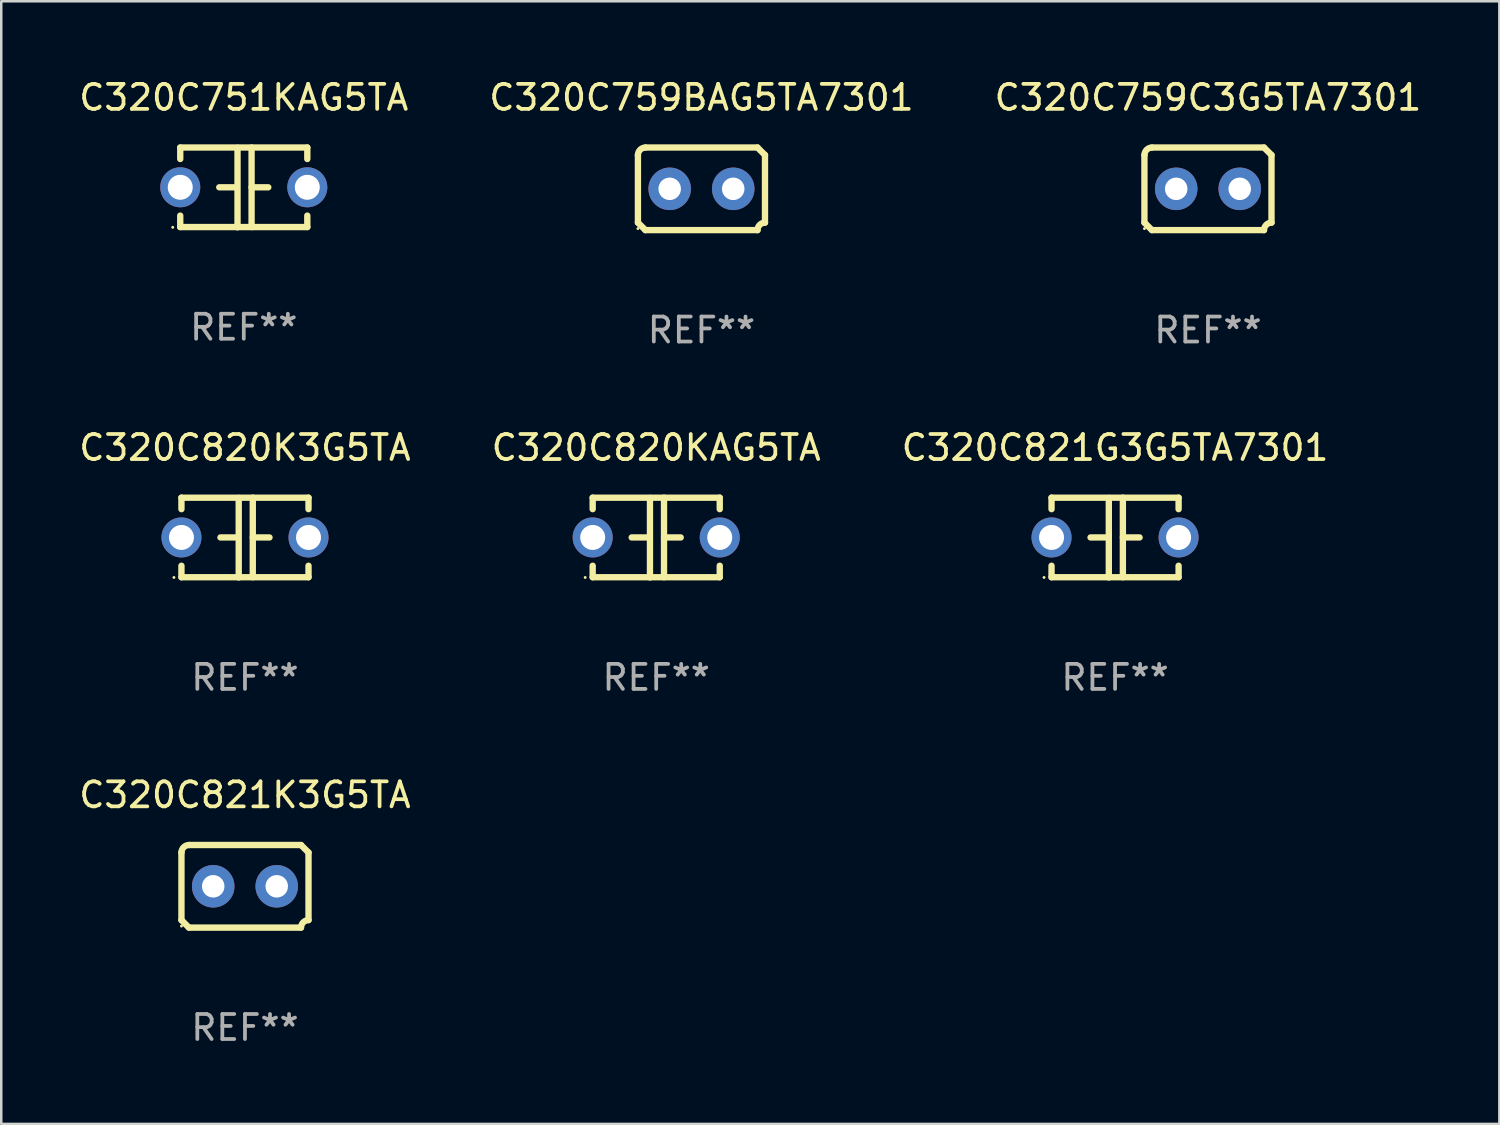
<source format=kicad_pcb>
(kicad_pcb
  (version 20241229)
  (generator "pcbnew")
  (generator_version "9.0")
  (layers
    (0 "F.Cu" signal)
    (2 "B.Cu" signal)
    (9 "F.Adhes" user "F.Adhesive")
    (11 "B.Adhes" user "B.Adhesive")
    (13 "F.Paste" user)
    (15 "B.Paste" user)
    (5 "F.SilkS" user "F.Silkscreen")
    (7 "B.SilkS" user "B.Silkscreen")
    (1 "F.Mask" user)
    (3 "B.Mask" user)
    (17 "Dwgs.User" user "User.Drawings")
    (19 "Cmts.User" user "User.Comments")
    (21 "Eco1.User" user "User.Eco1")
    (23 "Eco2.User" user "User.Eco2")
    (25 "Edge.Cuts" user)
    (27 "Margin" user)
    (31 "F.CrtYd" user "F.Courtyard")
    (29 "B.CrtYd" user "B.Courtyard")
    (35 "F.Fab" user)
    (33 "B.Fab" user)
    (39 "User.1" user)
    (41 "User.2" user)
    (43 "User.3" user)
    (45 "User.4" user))
  (footprint "C320C759C3G5TA7301"
    (layer "F.Cu")
    (at 45.244 4.499)
    (property "Reference" "C320C759C3G5TA7301" (at 0 -3.651 0) (layer "F.SilkS") (effects (font (size 1 1) (thickness 0.15))))
    (attr through_hole)
    (fp_line (start -2.54 -1.351) (end -2.54 1.351) (stroke (width 0.254) (type solid)) (layer "F.SilkS"))
    (fp_line (start -2.24 -1.651) (end 2.24 -1.651) (stroke (width 0.254) (type solid)) (layer "F.SilkS"))
    (fp_line (start 2.24 1.651) (end -2.24 1.651) (stroke (width 0.254) (type solid)) (layer "F.SilkS"))
    (fp_line (start 2.54 1.351) (end 2.54 -1.351) (stroke (width 0.254) (type solid)) (layer "F.SilkS"))
    (fp_arc (start -2.540005 -1.351283) (mid -2.450115 -1.561309) (end -2.240005 -1.651003) (stroke (width 0.254001) (type solid)) (layer "F.SilkS"))
    (fp_arc (start -2.240287 1.651001) (mid -2.390163 1.501019) (end -2.540005 1.351003) (stroke (width 0.254001) (type solid)) (layer "F.SilkS"))
    (fp_arc (start 2.240005 1.651003) (mid 2.329934 1.441015) (end 2.540005 1.351282) (stroke (width 0.254001) (type solid)) (layer "F.SilkS"))
    (fp_arc (start 2.540005 -1.351003) (mid 2.389393 -1.500252) (end 2.240284 -1.651003) (stroke (width 0.254001) (type solid)) (layer "F.SilkS"))
    (fp_circle (center -2.54 1.59) (end -2.51 1.59) (stroke (width 0.06) (type solid)) (fill no) (layer "F.SilkS"))
    (fp_text user "REF**" (at 0 5.651 0) (layer "F.Fab") (effects (font (size 1 1) (thickness 0.15))))
    (pad "1" thru_hole circle (at -1.27 0) (size 1.7 1.7) (drill 0.9) (layers "*.Cu" "*.Mask"))
    (pad "2" thru_hole circle (at 1.27 0) (size 1.7 1.7) (drill 0.9) (layers "*.Cu" "*.Mask")))
  (footprint "C320C821K3G5TA"
    (layer "F.Cu")
    (at 6.744 32.384)
    (property "Reference" "C320C821K3G5TA" (at 0 -3.651 0) (layer "F.SilkS") (effects (font (size 1 1) (thickness 0.15))))
    (attr through_hole)
    (fp_line (start -2.54 -1.351) (end -2.54 1.351) (stroke (width 0.254) (type solid)) (layer "F.SilkS"))
    (fp_line (start -2.24 -1.651) (end 2.24 -1.651) (stroke (width 0.254) (type solid)) (layer "F.SilkS"))
    (fp_line (start 2.24 1.651) (end -2.24 1.651) (stroke (width 0.254) (type solid)) (layer "F.SilkS"))
    (fp_line (start 2.54 1.351) (end 2.54 -1.351) (stroke (width 0.254) (type solid)) (layer "F.SilkS"))
    (fp_arc (start -2.540005 -1.351283) (mid -2.450115 -1.561309) (end -2.240005 -1.651003) (stroke (width 0.254001) (type solid)) (layer "F.SilkS"))
    (fp_arc (start -2.240287 1.651001) (mid -2.390163 1.501019) (end -2.540005 1.351003) (stroke (width 0.254001) (type solid)) (layer "F.SilkS"))
    (fp_arc (start 2.240005 1.651003) (mid 2.329934 1.441015) (end 2.540005 1.351282) (stroke (width 0.254001) (type solid)) (layer "F.SilkS"))
    (fp_arc (start 2.540005 -1.351003) (mid 2.389393 -1.500252) (end 2.240284 -1.651003) (stroke (width 0.254001) (type solid)) (layer "F.SilkS"))
    (fp_circle (center -2.54 1.59) (end -2.51 1.59) (stroke (width 0.06) (type solid)) (fill no) (layer "F.SilkS"))
    (fp_text user "REF**" (at 0 5.651 0) (layer "F.Fab") (effects (font (size 1 1) (thickness 0.15))))
    (pad "1" thru_hole circle (at -1.27 0) (size 1.7 1.7) (drill 0.9) (layers "*.Cu" "*.Mask"))
    (pad "2" thru_hole circle (at 1.27 0) (size 1.7 1.7) (drill 0.9) (layers "*.Cu" "*.Mask")))
  (footprint "C320C751KAG5TA"
    (layer "F.Cu")
    (at 6.696 4.443)
    (property "Reference" "C320C751KAG5TA" (at 0 -3.595 0) (layer "F.SilkS") (effects (font (size 1 1) (thickness 0.15))))
    (attr through_hole)
    (fp_line (start -2.54 -1.595) (end -2.54 -1.136) (stroke (width 0.254) (type solid)) (layer "F.SilkS"))
    (fp_line (start -2.54 -1.595) (end 2.54 -1.595) (stroke (width 0.254) (type solid)) (layer "F.SilkS"))
    (fp_line (start -2.54 1.126) (end -2.54 1.585) (stroke (width 0.254) (type solid)) (layer "F.SilkS"))
    (fp_line (start -0.312 -0.005) (end -0.98 -0.005) (stroke (width 0.254) (type solid)) (layer "F.SilkS"))
    (fp_line (start -0.25 -1.585) (end -0.25 1.595) (stroke (width 0.254) (type solid)) (layer "F.SilkS"))
    (fp_line (start 0.312 -1.595) (end 0.312 1.585) (stroke (width 0.254) (type solid)) (layer "F.SilkS"))
    (fp_line (start 0.312 -0.005) (end 0.98 -0.005) (stroke (width 0.254) (type solid)) (layer "F.SilkS"))
    (fp_line (start 2.54 -1.595) (end 2.54 -1.136) (stroke (width 0.254) (type solid)) (layer "F.SilkS"))
    (fp_line (start 2.54 1.126) (end 2.54 1.585) (stroke (width 0.254) (type solid)) (layer "F.SilkS"))
    (fp_line (start 2.54 1.585) (end -2.54 1.585) (stroke (width 0.254) (type solid)) (layer "F.SilkS"))
    (fp_circle (center -2.84 1.595) (end -2.81 1.595) (stroke (width 0.06) (type solid)) (fill no) (layer "F.SilkS"))
    (fp_text user "REF**" (at 0 5.595 0) (layer "F.Fab") (effects (font (size 1 1) (thickness 0.15))))
    (pad "1" thru_hole circle (at -2.54 -0.005) (size 1.6 1.6) (drill 1) (layers "*.Cu" "*.Mask"))
    (pad "2" thru_hole circle (at 2.54 -0.005) (size 1.6 1.6) (drill 1) (layers "*.Cu" "*.Mask")))
  (footprint "C320C820KAG5TA"
    (layer "F.Cu")
    (at 23.185 18.442)
    (property "Reference" "C320C820KAG5TA" (at 0 -3.595 0) (layer "F.SilkS") (effects (font (size 1 1) (thickness 0.15))))
    (attr through_hole)
    (fp_line (start -2.54 -1.595) (end -2.54 -1.136) (stroke (width 0.254) (type solid)) (layer "F.SilkS"))
    (fp_line (start -2.54 -1.595) (end 2.54 -1.595) (stroke (width 0.254) (type solid)) (layer "F.SilkS"))
    (fp_line (start -2.54 1.126) (end -2.54 1.585) (stroke (width 0.254) (type solid)) (layer "F.SilkS"))
    (fp_line (start -0.312 -0.005) (end -0.98 -0.005) (stroke (width 0.254) (type solid)) (layer "F.SilkS"))
    (fp_line (start -0.25 -1.585) (end -0.25 1.595) (stroke (width 0.254) (type solid)) (layer "F.SilkS"))
    (fp_line (start 0.312 -1.595) (end 0.312 1.585) (stroke (width 0.254) (type solid)) (layer "F.SilkS"))
    (fp_line (start 0.312 -0.005) (end 0.98 -0.005) (stroke (width 0.254) (type solid)) (layer "F.SilkS"))
    (fp_line (start 2.54 -1.595) (end 2.54 -1.136) (stroke (width 0.254) (type solid)) (layer "F.SilkS"))
    (fp_line (start 2.54 1.126) (end 2.54 1.585) (stroke (width 0.254) (type solid)) (layer "F.SilkS"))
    (fp_line (start 2.54 1.585) (end -2.54 1.585) (stroke (width 0.254) (type solid)) (layer "F.SilkS"))
    (fp_circle (center -2.84 1.595) (end -2.81 1.595) (stroke (width 0.06) (type solid)) (fill no) (layer "F.SilkS"))
    (fp_text user "REF**" (at 0 5.595 0) (layer "F.Fab") (effects (font (size 1 1) (thickness 0.15))))
    (pad "1" thru_hole circle (at -2.54 -0.005) (size 1.6 1.6) (drill 1) (layers "*.Cu" "*.Mask"))
    (pad "2" thru_hole circle (at 2.54 -0.005) (size 1.6 1.6) (drill 1) (layers "*.Cu" "*.Mask")))
  (footprint "C320C759BAG5TA7301"
    (layer "F.Cu")
    (at 24.994 4.499)
    (property "Reference" "C320C759BAG5TA7301" (at 0 -3.651 0) (layer "F.SilkS") (effects (font (size 1 1) (thickness 0.15))))
    (attr through_hole)
    (fp_line (start -2.54 -1.351) (end -2.54 1.351) (stroke (width 0.254) (type solid)) (layer "F.SilkS"))
    (fp_line (start -2.24 -1.651) (end 2.24 -1.651) (stroke (width 0.254) (type solid)) (layer "F.SilkS"))
    (fp_line (start 2.24 1.651) (end -2.24 1.651) (stroke (width 0.254) (type solid)) (layer "F.SilkS"))
    (fp_line (start 2.54 1.351) (end 2.54 -1.351) (stroke (width 0.254) (type solid)) (layer "F.SilkS"))
    (fp_arc (start -2.540005 -1.351283) (mid -2.450115 -1.561309) (end -2.240005 -1.651003) (stroke (width 0.254001) (type solid)) (layer "F.SilkS"))
    (fp_arc (start -2.240287 1.651001) (mid -2.390163 1.501019) (end -2.540005 1.351003) (stroke (width 0.254001) (type solid)) (layer "F.SilkS"))
    (fp_arc (start 2.240005 1.651003) (mid 2.329934 1.441015) (end 2.540005 1.351282) (stroke (width 0.254001) (type solid)) (layer "F.SilkS"))
    (fp_arc (start 2.540005 -1.351003) (mid 2.389393 -1.500252) (end 2.240284 -1.651003) (stroke (width 0.254001) (type solid)) (layer "F.SilkS"))
    (fp_circle (center -2.54 1.59) (end -2.51 1.59) (stroke (width 0.06) (type solid)) (fill no) (layer "F.SilkS"))
    (fp_text user "REF**" (at 0 5.651 0) (layer "F.Fab") (effects (font (size 1 1) (thickness 0.15))))
    (pad "1" thru_hole circle (at -1.27 0) (size 1.7 1.7) (drill 0.9) (layers "*.Cu" "*.Mask"))
    (pad "2" thru_hole circle (at 1.27 0) (size 1.7 1.7) (drill 0.9) (layers "*.Cu" "*.Mask")))
  (footprint "C320C821G3G5TA7301"
    (layer "F.Cu")
    (at 41.53 18.442)
    (property "Reference" "C320C821G3G5TA7301" (at 0 -3.595 0) (layer "F.SilkS") (effects (font (size 1 1) (thickness 0.15))))
    (attr through_hole)
    (fp_line (start -2.54 -1.595) (end -2.54 -1.136) (stroke (width 0.254) (type solid)) (layer "F.SilkS"))
    (fp_line (start -2.54 -1.595) (end 2.54 -1.595) (stroke (width 0.254) (type solid)) (layer "F.SilkS"))
    (fp_line (start -2.54 1.126) (end -2.54 1.585) (stroke (width 0.254) (type solid)) (layer "F.SilkS"))
    (fp_line (start -0.312 -0.005) (end -0.98 -0.005) (stroke (width 0.254) (type solid)) (layer "F.SilkS"))
    (fp_line (start -0.25 -1.585) (end -0.25 1.595) (stroke (width 0.254) (type solid)) (layer "F.SilkS"))
    (fp_line (start 0.312 -1.595) (end 0.312 1.585) (stroke (width 0.254) (type solid)) (layer "F.SilkS"))
    (fp_line (start 0.312 -0.005) (end 0.98 -0.005) (stroke (width 0.254) (type solid)) (layer "F.SilkS"))
    (fp_line (start 2.54 -1.595) (end 2.54 -1.136) (stroke (width 0.254) (type solid)) (layer "F.SilkS"))
    (fp_line (start 2.54 1.126) (end 2.54 1.585) (stroke (width 0.254) (type solid)) (layer "F.SilkS"))
    (fp_line (start 2.54 1.585) (end -2.54 1.585) (stroke (width 0.254) (type solid)) (layer "F.SilkS"))
    (fp_circle (center -2.84 1.595) (end -2.81 1.595) (stroke (width 0.06) (type solid)) (fill no) (layer "F.SilkS"))
    (fp_text user "REF**" (at 0 5.595 0) (layer "F.Fab") (effects (font (size 1 1) (thickness 0.15))))
    (pad "1" thru_hole circle (at -2.54 -0.005) (size 1.6 1.6) (drill 1) (layers "*.Cu" "*.Mask"))
    (pad "2" thru_hole circle (at 2.54 -0.005) (size 1.6 1.6) (drill 1) (layers "*.Cu" "*.Mask")))
  (footprint "C320C820K3G5TA"
    (layer "F.Cu")
    (at 6.744 18.442)
    (property "Reference" "C320C820K3G5TA" (at 0 -3.595 0) (layer "F.SilkS") (effects (font (size 1 1) (thickness 0.15))))
    (attr through_hole)
    (fp_line (start -2.54 -1.595) (end -2.54 -1.136) (stroke (width 0.254) (type solid)) (layer "F.SilkS"))
    (fp_line (start -2.54 -1.595) (end 2.54 -1.595) (stroke (width 0.254) (type solid)) (layer "F.SilkS"))
    (fp_line (start -2.54 1.126) (end -2.54 1.585) (stroke (width 0.254) (type solid)) (layer "F.SilkS"))
    (fp_line (start -0.312 -0.005) (end -0.98 -0.005) (stroke (width 0.254) (type solid)) (layer "F.SilkS"))
    (fp_line (start -0.25 -1.585) (end -0.25 1.595) (stroke (width 0.254) (type solid)) (layer "F.SilkS"))
    (fp_line (start 0.312 -1.595) (end 0.312 1.585) (stroke (width 0.254) (type solid)) (layer "F.SilkS"))
    (fp_line (start 0.312 -0.005) (end 0.98 -0.005) (stroke (width 0.254) (type solid)) (layer "F.SilkS"))
    (fp_line (start 2.54 -1.595) (end 2.54 -1.136) (stroke (width 0.254) (type solid)) (layer "F.SilkS"))
    (fp_line (start 2.54 1.126) (end 2.54 1.585) (stroke (width 0.254) (type solid)) (layer "F.SilkS"))
    (fp_line (start 2.54 1.585) (end -2.54 1.585) (stroke (width 0.254) (type solid)) (layer "F.SilkS"))
    (fp_circle (center -2.84 1.595) (end -2.81 1.595) (stroke (width 0.06) (type solid)) (fill no) (layer "F.SilkS"))
    (fp_text user "REF**" (at 0 5.595 0) (layer "F.Fab") (effects (font (size 1 1) (thickness 0.15))))
    (pad "1" thru_hole circle (at -2.54 -0.005) (size 1.6 1.6) (drill 1) (layers "*.Cu" "*.Mask"))
    (pad "2" thru_hole circle (at 2.54 -0.005) (size 1.6 1.6) (drill 1) (layers "*.Cu" "*.Mask")))
  (gr_rect
    (start -3 -3)
    (end 56.893 41.883)
    (stroke (width 0.1) (type default))
    (fill no)
    (layer "Edge.Cuts")))
</source>
